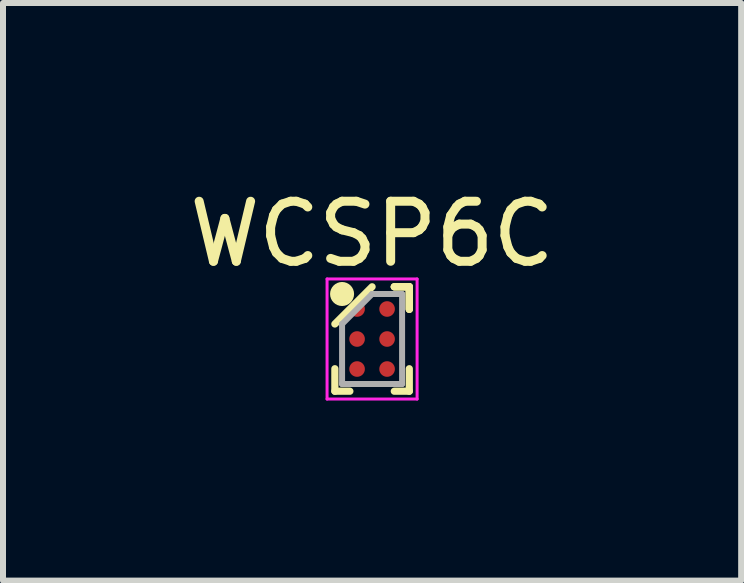
<source format=kicad_pcb>
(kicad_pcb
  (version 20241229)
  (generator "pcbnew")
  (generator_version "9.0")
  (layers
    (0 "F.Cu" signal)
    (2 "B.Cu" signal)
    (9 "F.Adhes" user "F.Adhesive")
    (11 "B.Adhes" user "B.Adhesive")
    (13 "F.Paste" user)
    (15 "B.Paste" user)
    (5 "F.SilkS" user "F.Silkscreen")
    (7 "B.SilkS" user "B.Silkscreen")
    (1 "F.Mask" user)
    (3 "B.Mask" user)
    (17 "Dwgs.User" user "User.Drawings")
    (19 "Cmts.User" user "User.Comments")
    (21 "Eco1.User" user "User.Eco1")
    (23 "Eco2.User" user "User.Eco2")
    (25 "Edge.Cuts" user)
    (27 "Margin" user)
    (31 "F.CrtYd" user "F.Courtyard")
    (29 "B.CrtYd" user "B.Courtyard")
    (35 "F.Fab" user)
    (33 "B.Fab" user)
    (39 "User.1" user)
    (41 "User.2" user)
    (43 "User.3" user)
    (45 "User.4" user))
  (footprint "WCSP6C"
    (layer "F.Cu")
    (at 3.149 2.598)
    (property "Reference" "WCSP6C" (at 0 -1.75 0) (layer "F.SilkS") (effects (font (size 1 1) (thickness 0.15))))
    (attr smd)
    (fp_line (start -0.62 0.87) (end -0.62 0.495) (stroke (width 0.12) (type solid)) (layer "F.SilkS"))
    (fp_line (start -0.37 0.87) (end -0.62 0.87) (stroke (width 0.12) (type solid)) (layer "F.SilkS"))
    (fp_line (start 0 -0.87) (end -0.62 -0.25) (stroke (width 0.12) (type solid)) (layer "F.SilkS"))
    (fp_line (start 0.37 -0.87) (end 0.62 -0.87) (stroke (width 0.12) (type solid)) (layer "F.SilkS"))
    (fp_line (start 0.37 -0.87) (end 0.62 -0.87) (stroke (width 0.12) (type solid)) (layer "F.SilkS"))
    (fp_line (start 0.37 -0.87) (end 0.62 -0.87) (stroke (width 0.12) (type solid)) (layer "F.SilkS"))
    (fp_line (start 0.37 0.87) (end 0.62 0.87) (stroke (width 0.12) (type solid)) (layer "F.SilkS"))
    (fp_line (start 0.62 -0.87) (end 0.62 -0.495) (stroke (width 0.12) (type solid)) (layer "F.SilkS"))
    (fp_line (start 0.62 -0.87) (end 0.62 -0.495) (stroke (width 0.12) (type solid)) (layer "F.SilkS"))
    (fp_line (start 0.62 -0.87) (end 0.62 -0.495) (stroke (width 0.12) (type solid)) (layer "F.SilkS"))
    (fp_line (start 0.62 0.87) (end 0.62 0.495) (stroke (width 0.12) (type solid)) (layer "F.SilkS"))
    (fp_circle (center -0.5 -0.75) (end -0.5 -0.65) (stroke (width 0.2) (type solid)) (fill no) (layer "F.SilkS"))
    (fp_line (start -0.75 -1) (end 0.75 -1) (stroke (width 0.05) (type solid)) (layer "F.CrtYd"))
    (fp_line (start -0.75 1) (end -0.75 -1) (stroke (width 0.05) (type solid)) (layer "F.CrtYd"))
    (fp_line (start 0.75 -1) (end 0.75 1) (stroke (width 0.05) (type solid)) (layer "F.CrtYd"))
    (fp_line (start 0.75 1) (end -0.75 1) (stroke (width 0.05) (type solid)) (layer "F.CrtYd"))
    (fp_line (start -0.5 -0.25) (end -0.5 0.75) (stroke (width 0.1) (type solid)) (layer "F.Fab"))
    (fp_line (start -0.5 0.75) (end 0.5 0.75) (stroke (width 0.1) (type solid)) (layer "F.Fab"))
    (fp_line (start 0 -0.75) (end -0.5 -0.25) (stroke (width 0.1) (type solid)) (layer "F.Fab"))
    (fp_line (start 0.5 -0.75) (end 0 -0.75) (stroke (width 0.1) (type solid)) (layer "F.Fab"))
    (fp_line (start 0.5 0.75) (end 0.5 -0.75) (stroke (width 0.1) (type solid)) (layer "F.Fab"))
    (pad "A1" smd circle (at -0.25 -0.5) (size 0.26 0.26) (layers "F.Cu" "F.Mask" "F.Paste"))
    (pad "A2" smd circle (at 0.25 -0.5) (size 0.26 0.26) (layers "F.Cu" "F.Mask" "F.Paste"))
    (pad "B1" smd circle (at -0.25 0) (size 0.26 0.26) (layers "F.Cu" "F.Mask" "F.Paste"))
    (pad "B2" smd circle (at 0.25 0) (size 0.26 0.26) (layers "F.Cu" "F.Mask" "F.Paste"))
    (pad "C1" smd circle (at -0.25 0.5) (size 0.26 0.26) (layers "F.Cu" "F.Mask" "F.Paste"))
    (pad "C2" smd circle (at 0.25 0.5) (size 0.26 0.26) (layers "F.Cu" "F.Mask" "F.Paste")))
  (gr_rect
    (start -3 -3)
    (end 9.298 6.623)
    (stroke (width 0.1) (type default))
    (fill no)
    (layer "Edge.Cuts")))
</source>
